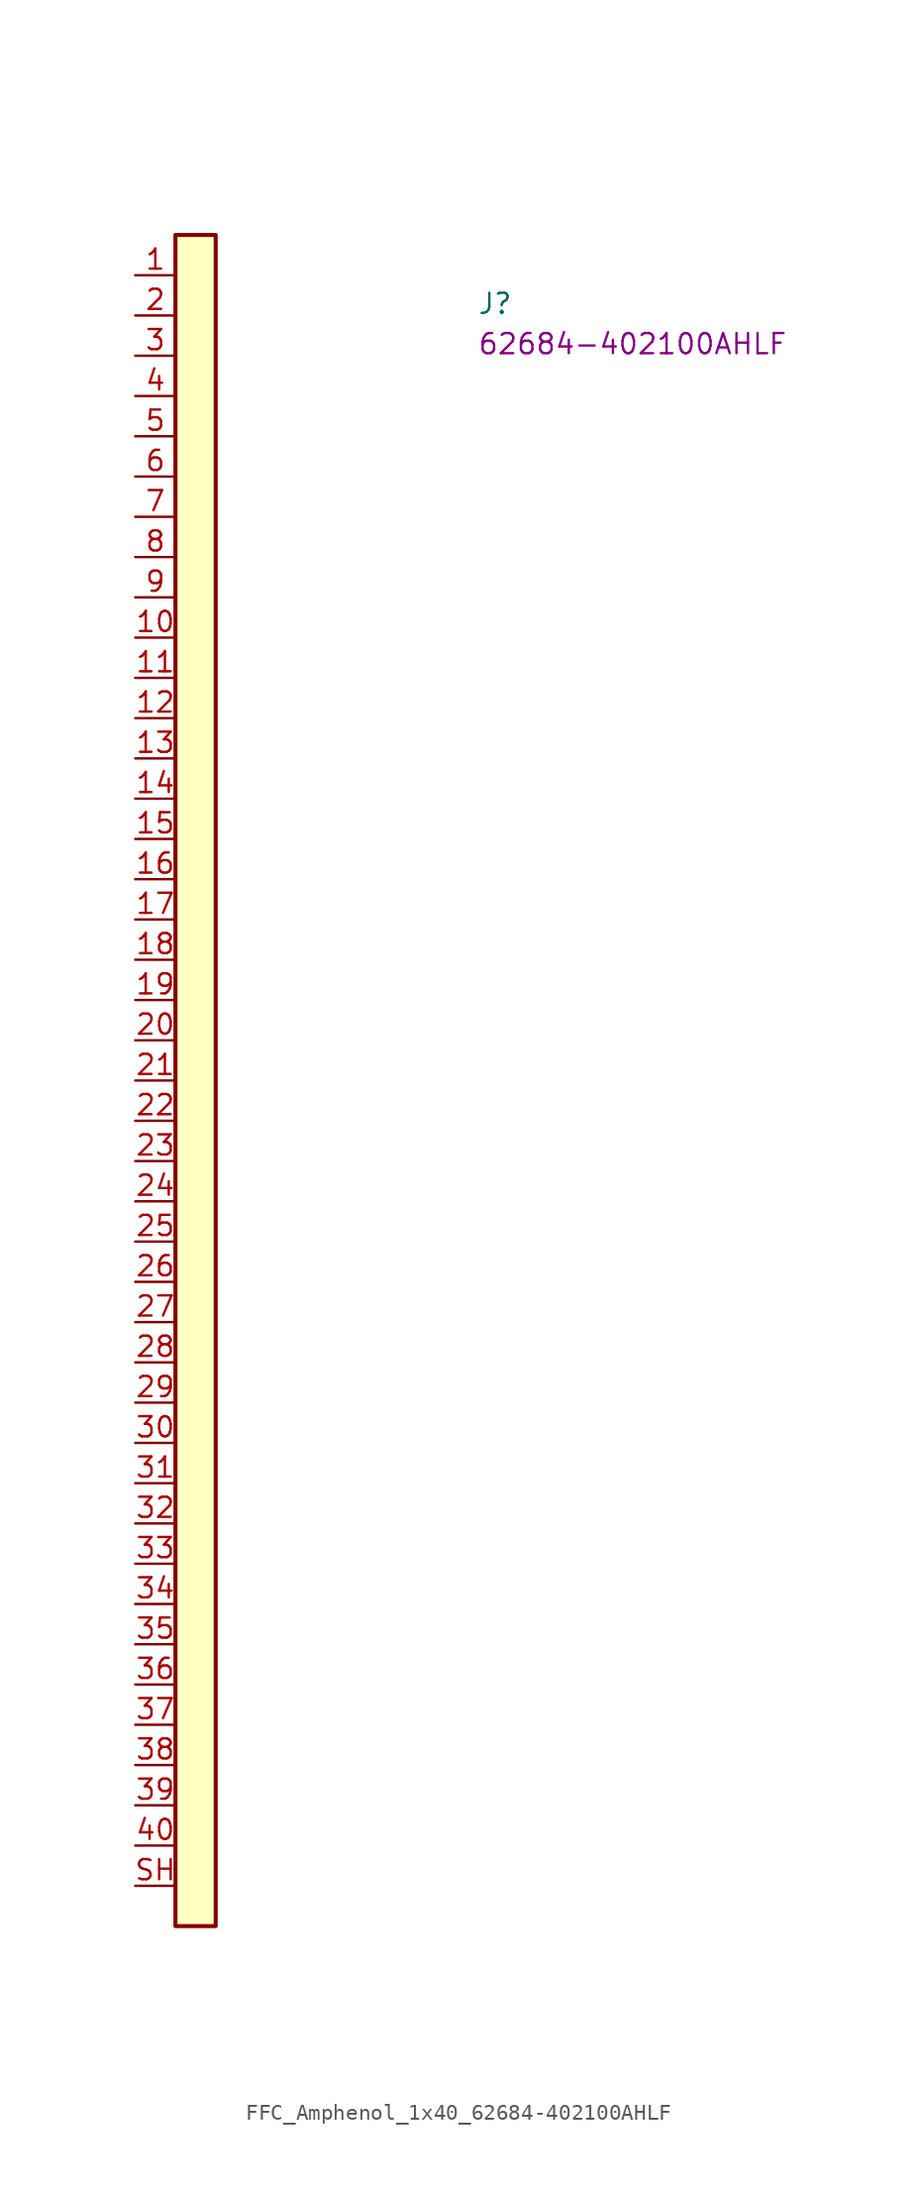
<source format=kicad_sym>
(kicad_symbol_lib
  (version 20220914)
  (generator kicad_symbol_editor)
  (symbol "FFC_Amphenol_1x40_62684-402100AHLF"
    (property "Reference" "J"
      (at 21.59 -2.54 0)
      (effects (font (size 1.27 1.27) (thickness 0.15)) (justify left bottom)))
    (property "MPN" "62684-402100AHLF"
      (at 21.59 -5.08 0)
      (effects (font (size 1.27 1.27) (thickness 0.15)) (justify left bottom)))
    (symbol "FFC_Amphenol_1x40_62684-402100AHLF_1_1"
      (rectangle (start 2.54 2.54) (end 5.08 -104.14) (stroke (width 0.254) (type default)) (fill (type background)))
      (pin bidirectional line (at 0 0 0) (length 2.54) (name "~" (effects (font (size 1.27 1.27)))) (number "1" (effects (font (size 1.27 1.27)))))
      (pin bidirectional line (at 0 -22.86 0) (length 2.54) (name "~" (effects (font (size 1.27 1.27)))) (number "10" (effects (font (size 1.27 1.27)))))
      (pin bidirectional line (at 0 -25.4 0) (length 2.54) (name "~" (effects (font (size 1.27 1.27)))) (number "11" (effects (font (size 1.27 1.27)))))
      (pin bidirectional line (at 0 -27.94 0) (length 2.54) (name "~" (effects (font (size 1.27 1.27)))) (number "12" (effects (font (size 1.27 1.27)))))
      (pin bidirectional line (at 0 -30.48 0) (length 2.54) (name "~" (effects (font (size 1.27 1.27)))) (number "13" (effects (font (size 1.27 1.27)))))
      (pin bidirectional line (at 0 -33.02 0) (length 2.54) (name "~" (effects (font (size 1.27 1.27)))) (number "14" (effects (font (size 1.27 1.27)))))
      (pin bidirectional line (at 0 -35.56 0) (length 2.54) (name "~" (effects (font (size 1.27 1.27)))) (number "15" (effects (font (size 1.27 1.27)))))
      (pin bidirectional line (at 0 -38.1 0) (length 2.54) (name "~" (effects (font (size 1.27 1.27)))) (number "16" (effects (font (size 1.27 1.27)))))
      (pin bidirectional line (at 0 -40.64 0) (length 2.54) (name "~" (effects (font (size 1.27 1.27)))) (number "17" (effects (font (size 1.27 1.27)))))
      (pin bidirectional line (at 0 -43.18 0) (length 2.54) (name "~" (effects (font (size 1.27 1.27)))) (number "18" (effects (font (size 1.27 1.27)))))
      (pin bidirectional line (at 0 -45.72 0) (length 2.54) (name "~" (effects (font (size 1.27 1.27)))) (number "19" (effects (font (size 1.27 1.27)))))
      (pin bidirectional line (at 0 -2.54 0) (length 2.54) (name "~" (effects (font (size 1.27 1.27)))) (number "2" (effects (font (size 1.27 1.27)))))
      (pin bidirectional line (at 0 -48.26 0) (length 2.54) (name "~" (effects (font (size 1.27 1.27)))) (number "20" (effects (font (size 1.27 1.27)))))
      (pin bidirectional line (at 0 -50.8 0) (length 2.54) (name "~" (effects (font (size 1.27 1.27)))) (number "21" (effects (font (size 1.27 1.27)))))
      (pin bidirectional line (at 0 -53.34 0) (length 2.54) (name "~" (effects (font (size 1.27 1.27)))) (number "22" (effects (font (size 1.27 1.27)))))
      (pin bidirectional line (at 0 -55.88 0) (length 2.54) (name "~" (effects (font (size 1.27 1.27)))) (number "23" (effects (font (size 1.27 1.27)))))
      (pin bidirectional line (at 0 -58.42 0) (length 2.54) (name "~" (effects (font (size 1.27 1.27)))) (number "24" (effects (font (size 1.27 1.27)))))
      (pin bidirectional line (at 0 -60.96 0) (length 2.54) (name "~" (effects (font (size 1.27 1.27)))) (number "25" (effects (font (size 1.27 1.27)))))
      (pin bidirectional line (at 0 -63.5 0) (length 2.54) (name "~" (effects (font (size 1.27 1.27)))) (number "26" (effects (font (size 1.27 1.27)))))
      (pin bidirectional line (at 0 -66.04 0) (length 2.54) (name "~" (effects (font (size 1.27 1.27)))) (number "27" (effects (font (size 1.27 1.27)))))
      (pin bidirectional line (at 0 -68.58 0) (length 2.54) (name "~" (effects (font (size 1.27 1.27)))) (number "28" (effects (font (size 1.27 1.27)))))
      (pin bidirectional line (at 0 -71.12 0) (length 2.54) (name "~" (effects (font (size 1.27 1.27)))) (number "29" (effects (font (size 1.27 1.27)))))
      (pin bidirectional line (at 0 -5.08 0) (length 2.54) (name "~" (effects (font (size 1.27 1.27)))) (number "3" (effects (font (size 1.27 1.27)))))
      (pin bidirectional line (at 0 -73.66 0) (length 2.54) (name "~" (effects (font (size 1.27 1.27)))) (number "30" (effects (font (size 1.27 1.27)))))
      (pin bidirectional line (at 0 -76.2 0) (length 2.54) (name "~" (effects (font (size 1.27 1.27)))) (number "31" (effects (font (size 1.27 1.27)))))
      (pin bidirectional line (at 0 -78.74 0) (length 2.54) (name "~" (effects (font (size 1.27 1.27)))) (number "32" (effects (font (size 1.27 1.27)))))
      (pin bidirectional line (at 0 -81.28 0) (length 2.54) (name "~" (effects (font (size 1.27 1.27)))) (number "33" (effects (font (size 1.27 1.27)))))
      (pin bidirectional line (at 0 -83.82 0) (length 2.54) (name "~" (effects (font (size 1.27 1.27)))) (number "34" (effects (font (size 1.27 1.27)))))
      (pin bidirectional line (at 0 -86.36 0) (length 2.54) (name "~" (effects (font (size 1.27 1.27)))) (number "35" (effects (font (size 1.27 1.27)))))
      (pin bidirectional line (at 0 -88.9 0) (length 2.54) (name "~" (effects (font (size 1.27 1.27)))) (number "36" (effects (font (size 1.27 1.27)))))
      (pin bidirectional line (at 0 -91.44 0) (length 2.54) (name "~" (effects (font (size 1.27 1.27)))) (number "37" (effects (font (size 1.27 1.27)))))
      (pin bidirectional line (at 0 -93.98 0) (length 2.54) (name "~" (effects (font (size 1.27 1.27)))) (number "38" (effects (font (size 1.27 1.27)))))
      (pin bidirectional line (at 0 -96.52 0) (length 2.54) (name "~" (effects (font (size 1.27 1.27)))) (number "39" (effects (font (size 1.27 1.27)))))
      (pin bidirectional line (at 0 -7.62 0) (length 2.54) (name "~" (effects (font (size 1.27 1.27)))) (number "4" (effects (font (size 1.27 1.27)))))
      (pin bidirectional line (at 0 -99.06 0) (length 2.54) (name "~" (effects (font (size 1.27 1.27)))) (number "40" (effects (font (size 1.27 1.27)))))
      (pin bidirectional line (at 0 -10.16 0) (length 2.54) (name "~" (effects (font (size 1.27 1.27)))) (number "5" (effects (font (size 1.27 1.27)))))
      (pin bidirectional line (at 0 -12.7 0) (length 2.54) (name "~" (effects (font (size 1.27 1.27)))) (number "6" (effects (font (size 1.27 1.27)))))
      (pin bidirectional line (at 0 -15.24 0) (length 2.54) (name "~" (effects (font (size 1.27 1.27)))) (number "7" (effects (font (size 1.27 1.27)))))
      (pin bidirectional line (at 0 -17.78 0) (length 2.54) (name "~" (effects (font (size 1.27 1.27)))) (number "8" (effects (font (size 1.27 1.27)))))
      (pin bidirectional line (at 0 -20.32 0) (length 2.54) (name "~" (effects (font (size 1.27 1.27)))) (number "9" (effects (font (size 1.27 1.27)))))
      (pin bidirectional line (at 0 -101.6 0) (length 2.54) (name "~" (effects (font (size 1.27 1.27)))) (number "SH" (effects (font (size 1.27 1.27))))))))
</source>
